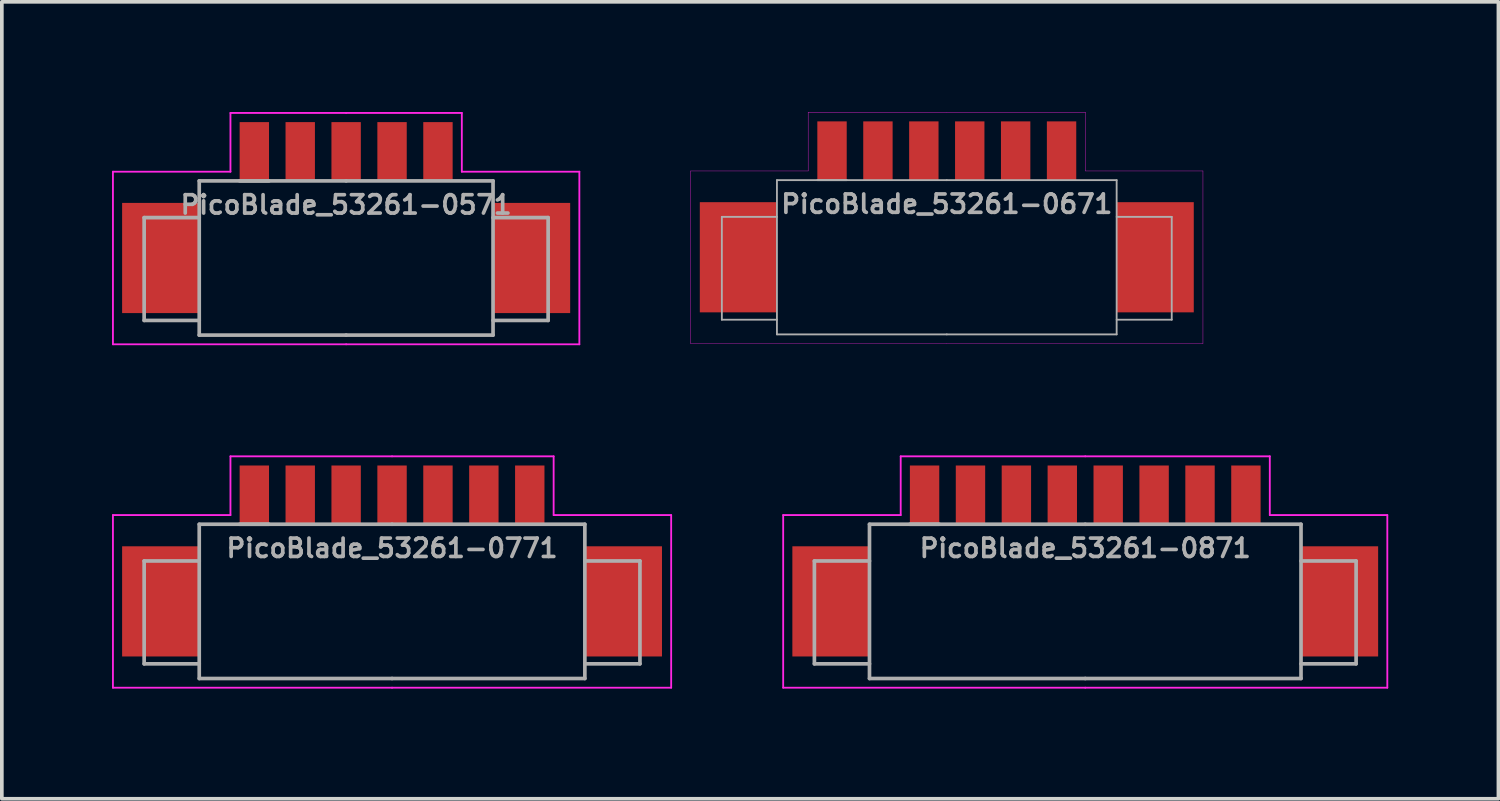
<source format=kicad_pcb>
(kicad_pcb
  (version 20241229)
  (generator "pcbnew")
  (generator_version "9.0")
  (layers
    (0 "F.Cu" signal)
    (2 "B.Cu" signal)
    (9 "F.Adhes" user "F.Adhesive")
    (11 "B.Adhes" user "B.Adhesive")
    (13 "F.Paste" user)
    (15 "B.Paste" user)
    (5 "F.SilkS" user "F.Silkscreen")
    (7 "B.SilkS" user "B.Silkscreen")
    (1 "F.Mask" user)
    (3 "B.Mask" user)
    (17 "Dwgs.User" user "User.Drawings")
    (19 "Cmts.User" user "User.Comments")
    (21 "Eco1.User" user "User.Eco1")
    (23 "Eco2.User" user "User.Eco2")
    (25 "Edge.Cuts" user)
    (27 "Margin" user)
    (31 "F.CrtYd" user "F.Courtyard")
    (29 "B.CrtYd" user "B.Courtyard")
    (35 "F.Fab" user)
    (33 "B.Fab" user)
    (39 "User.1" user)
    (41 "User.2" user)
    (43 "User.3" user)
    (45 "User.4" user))
  (footprint "PicoBlade_53261-0671"
    (layer "F.Cu")
    (at 22.73 2.505)
    (property "Reference" "PicoBlade_53261-0671" (at 0 0 0) (layer "F.Fab") (effects (font (size 0.5 0.5) (thickness 0.1))))
    (attr smd)
    (fp_line (start -6.975 -0.9) (end -6.975 3.8) (stroke (width 0.01) (type solid)) (layer "F.CrtYd"))
    (fp_line (start -6.975 3.8) (end 0 3.8) (stroke (width 0.01) (type solid)) (layer "F.CrtYd"))
    (fp_line (start -3.775 -2.5) (end -3.775 -0.9) (stroke (width 0.01) (type solid)) (layer "F.CrtYd"))
    (fp_line (start -3.775 -0.9) (end -6.975 -0.9) (stroke (width 0.01) (type solid)) (layer "F.CrtYd"))
    (fp_line (start 0 -2.5) (end -3.775 -2.5) (stroke (width 0.01) (type solid)) (layer "F.CrtYd"))
    (fp_line (start 0 -2.5) (end 3.775 -2.5) (stroke (width 0.01) (type solid)) (layer "F.CrtYd"))
    (fp_line (start 3.775 -2.5) (end 3.775 -0.9) (stroke (width 0.01) (type solid)) (layer "F.CrtYd"))
    (fp_line (start 3.775 -0.9) (end 6.975 -0.9) (stroke (width 0.01) (type solid)) (layer "F.CrtYd"))
    (fp_line (start 6.975 -0.9) (end 6.975 3.8) (stroke (width 0.01) (type solid)) (layer "F.CrtYd"))
    (fp_line (start 6.975 3.8) (end 0 3.8) (stroke (width 0.01) (type solid)) (layer "F.CrtYd"))
    (fp_line (start -6.125 0.35) (end -6.125 3.15) (stroke (width 0.05) (type solid)) (layer "F.Fab"))
    (fp_line (start -6.125 3.15) (end -4.625 3.15) (stroke (width 0.05) (type solid)) (layer "F.Fab"))
    (fp_line (start -4.625 -0.65) (end 0 -0.65) (stroke (width 0.05) (type solid)) (layer "F.Fab"))
    (fp_line (start -4.625 0.35) (end -6.125 0.35) (stroke (width 0.05) (type solid)) (layer "F.Fab"))
    (fp_line (start -4.625 3.55) (end -4.625 -0.65) (stroke (width 0.05) (type solid)) (layer "F.Fab"))
    (fp_line (start -2.725 -0.65) (end -3.525 -0.65) (stroke (width 0.05) (type solid)) (layer "F.Fab"))
    (fp_line (start 0 -0.65) (end 4.625 -0.65) (stroke (width 0.05) (type solid)) (layer "F.Fab"))
    (fp_line (start 0 3.55) (end -4.625 3.55) (stroke (width 0.05) (type solid)) (layer "F.Fab"))
    (fp_line (start 4.625 -0.65) (end 4.625 3.55) (stroke (width 0.05) (type solid)) (layer "F.Fab"))
    (fp_line (start 4.625 0.35) (end 6.125 0.35) (stroke (width 0.05) (type solid)) (layer "F.Fab"))
    (fp_line (start 4.625 3.55) (end 0 3.55) (stroke (width 0.05) (type solid)) (layer "F.Fab"))
    (fp_line (start 6.125 0.35) (end 6.125 3.15) (stroke (width 0.05) (type solid)) (layer "F.Fab"))
    (fp_line (start 6.125 3.15) (end 4.625 3.15) (stroke (width 0.05) (type solid)) (layer "F.Fab"))
    (pad "" smd rect (at -5.675 1.45) (size 2.1 3) (layers "F.Cu" "F.Mask" "F.Paste"))
    (pad "" smd rect (at 5.675 1.45) (size 2.1 3) (layers "F.Cu" "F.Mask" "F.Paste"))
    (pad "1" smd rect (at -3.125 -1.45) (size 0.8 1.6) (layers "F.Cu" "F.Mask" "F.Paste"))
    (pad "2" smd rect (at -1.875 -1.45) (size 0.8 1.6) (layers "F.Cu" "F.Mask" "F.Paste"))
    (pad "3" smd rect (at -0.625 -1.45) (size 0.8 1.6) (layers "F.Cu" "F.Mask" "F.Paste"))
    (pad "4" smd rect (at 0.625 -1.45) (size 0.8 1.6) (layers "F.Cu" "F.Mask" "F.Paste"))
    (pad "5" smd rect (at 1.875 -1.45) (size 0.8 1.6) (layers "F.Cu" "F.Mask" "F.Paste"))
    (pad "6" smd rect (at 3.125 -1.45) (size 0.8 1.6) (layers "F.Cu" "F.Mask" "F.Paste")))
  (footprint "PicoBlade_53261-0571"
    (layer "F.Cu")
    (at 6.375 2.525)
    (property "Reference" "PicoBlade_53261-0571" (at 0 0 0) (layer "F.Fab") (effects (font (size 0.5 0.5) (thickness 0.1))))
    (attr smd)
    (fp_line (start -6.35 -0.9) (end -6.35 3.8) (stroke (width 0.05) (type solid)) (layer "F.CrtYd"))
    (fp_line (start -6.35 3.8) (end 0 3.8) (stroke (width 0.05) (type solid)) (layer "F.CrtYd"))
    (fp_line (start -3.15 -2.5) (end -3.15 -0.9) (stroke (width 0.05) (type solid)) (layer "F.CrtYd"))
    (fp_line (start -3.15 -0.9) (end -6.35 -0.9) (stroke (width 0.05) (type solid)) (layer "F.CrtYd"))
    (fp_line (start 0 -2.5) (end -3.15 -2.5) (stroke (width 0.05) (type solid)) (layer "F.CrtYd"))
    (fp_line (start 0 -2.5) (end 3.15 -2.5) (stroke (width 0.05) (type solid)) (layer "F.CrtYd"))
    (fp_line (start 3.15 -2.5) (end 3.15 -0.9) (stroke (width 0.05) (type solid)) (layer "F.CrtYd"))
    (fp_line (start 3.15 -0.9) (end 6.35 -0.9) (stroke (width 0.05) (type solid)) (layer "F.CrtYd"))
    (fp_line (start 6.35 -0.9) (end 6.35 3.8) (stroke (width 0.05) (type solid)) (layer "F.CrtYd"))
    (fp_line (start 6.35 3.8) (end 0 3.8) (stroke (width 0.05) (type solid)) (layer "F.CrtYd"))
    (fp_line (start -5.5 0.35) (end -5.5 3.15) (stroke (width 0.1) (type solid)) (layer "F.Fab"))
    (fp_line (start -5.5 3.15) (end -4 3.15) (stroke (width 0.1) (type solid)) (layer "F.Fab"))
    (fp_line (start -4 -0.65) (end 0 -0.65) (stroke (width 0.1) (type solid)) (layer "F.Fab"))
    (fp_line (start -4 0.35) (end -5.5 0.35) (stroke (width 0.1) (type solid)) (layer "F.Fab"))
    (fp_line (start -4 3.55) (end -4 -0.65) (stroke (width 0.1) (type solid)) (layer "F.Fab"))
    (fp_line (start -2.1 -0.65) (end -2.9 -0.65) (stroke (width 0.1) (type solid)) (layer "F.Fab"))
    (fp_line (start 0 -0.65) (end 4 -0.65) (stroke (width 0.1) (type solid)) (layer "F.Fab"))
    (fp_line (start 0 3.55) (end -4 3.55) (stroke (width 0.1) (type solid)) (layer "F.Fab"))
    (fp_line (start 4 -0.65) (end 4 3.55) (stroke (width 0.1) (type solid)) (layer "F.Fab"))
    (fp_line (start 4 0.35) (end 5.5 0.35) (stroke (width 0.1) (type solid)) (layer "F.Fab"))
    (fp_line (start 4 3.55) (end 0 3.55) (stroke (width 0.1) (type solid)) (layer "F.Fab"))
    (fp_line (start 5.5 0.35) (end 5.5 3.15) (stroke (width 0.1) (type solid)) (layer "F.Fab"))
    (fp_line (start 5.5 3.15) (end 4 3.15) (stroke (width 0.1) (type solid)) (layer "F.Fab"))
    (pad "" smd rect (at -5.05 1.45) (size 2.1 3) (layers "F.Cu" "F.Mask" "F.Paste"))
    (pad "" smd rect (at 5.05 1.45) (size 2.1 3) (layers "F.Cu" "F.Mask" "F.Paste"))
    (pad "1" smd rect (at -2.5 -1.45) (size 0.8 1.6) (layers "F.Cu" "F.Mask" "F.Paste"))
    (pad "2" smd rect (at -1.25 -1.45) (size 0.8 1.6) (layers "F.Cu" "F.Mask" "F.Paste"))
    (pad "3" smd rect (at 0 -1.45) (size 0.8 1.6) (layers "F.Cu" "F.Mask" "F.Paste"))
    (pad "4" smd rect (at 1.25 -1.45) (size 0.8 1.6) (layers "F.Cu" "F.Mask" "F.Paste"))
    (pad "5" smd rect (at 2.5 -1.45) (size 0.8 1.6) (layers "F.Cu" "F.Mask" "F.Paste")))
  (footprint "PicoBlade_53261-0871"
    (layer "F.Cu")
    (at 26.5 11.875)
    (property "Reference" "PicoBlade_53261-0871" (at 0 0 0) (layer "F.Fab") (effects (font (size 0.5 0.5) (thickness 0.1))))
    (attr smd)
    (fp_line (start -8.225 -0.9) (end -8.225 3.8) (stroke (width 0.05) (type solid)) (layer "F.CrtYd"))
    (fp_line (start -8.225 3.8) (end 0 3.8) (stroke (width 0.05) (type solid)) (layer "F.CrtYd"))
    (fp_line (start -5.025 -2.5) (end -5.025 -0.9) (stroke (width 0.05) (type solid)) (layer "F.CrtYd"))
    (fp_line (start -5.025 -0.9) (end -8.225 -0.9) (stroke (width 0.05) (type solid)) (layer "F.CrtYd"))
    (fp_line (start 0 -2.5) (end -5.025 -2.5) (stroke (width 0.05) (type solid)) (layer "F.CrtYd"))
    (fp_line (start 0 -2.5) (end 5.025 -2.5) (stroke (width 0.05) (type solid)) (layer "F.CrtYd"))
    (fp_line (start 5.025 -2.5) (end 5.025 -0.9) (stroke (width 0.05) (type solid)) (layer "F.CrtYd"))
    (fp_line (start 5.025 -0.9) (end 8.225 -0.9) (stroke (width 0.05) (type solid)) (layer "F.CrtYd"))
    (fp_line (start 8.225 -0.9) (end 8.225 3.8) (stroke (width 0.05) (type solid)) (layer "F.CrtYd"))
    (fp_line (start 8.225 3.8) (end 0 3.8) (stroke (width 0.05) (type solid)) (layer "F.CrtYd"))
    (fp_line (start -7.375 0.35) (end -7.375 3.15) (stroke (width 0.1) (type solid)) (layer "F.Fab"))
    (fp_line (start -7.375 3.15) (end -5.875 3.15) (stroke (width 0.1) (type solid)) (layer "F.Fab"))
    (fp_line (start -5.875 -0.65) (end 0 -0.65) (stroke (width 0.1) (type solid)) (layer "F.Fab"))
    (fp_line (start -5.875 0.35) (end -7.375 0.35) (stroke (width 0.1) (type solid)) (layer "F.Fab"))
    (fp_line (start -5.875 3.55) (end -5.875 -0.65) (stroke (width 0.1) (type solid)) (layer "F.Fab"))
    (fp_line (start -3.975 -0.65) (end -4.775 -0.65) (stroke (width 0.1) (type solid)) (layer "F.Fab"))
    (fp_line (start 0 -0.65) (end 5.875 -0.65) (stroke (width 0.1) (type solid)) (layer "F.Fab"))
    (fp_line (start 0 3.55) (end -5.875 3.55) (stroke (width 0.1) (type solid)) (layer "F.Fab"))
    (fp_line (start 5.875 -0.65) (end 5.875 3.55) (stroke (width 0.1) (type solid)) (layer "F.Fab"))
    (fp_line (start 5.875 0.35) (end 7.375 0.35) (stroke (width 0.1) (type solid)) (layer "F.Fab"))
    (fp_line (start 5.875 3.55) (end 0 3.55) (stroke (width 0.1) (type solid)) (layer "F.Fab"))
    (fp_line (start 7.375 0.35) (end 7.375 3.15) (stroke (width 0.1) (type solid)) (layer "F.Fab"))
    (fp_line (start 7.375 3.15) (end 5.875 3.15) (stroke (width 0.1) (type solid)) (layer "F.Fab"))
    (pad "" smd rect (at -6.925 1.45) (size 2.1 3) (layers "F.Cu" "F.Mask" "F.Paste"))
    (pad "" smd rect (at 6.925 1.45) (size 2.1 3) (layers "F.Cu" "F.Mask" "F.Paste"))
    (pad "1" smd rect (at -4.375 -1.45) (size 0.8 1.6) (layers "F.Cu" "F.Mask" "F.Paste"))
    (pad "2" smd rect (at -3.125 -1.45) (size 0.8 1.6) (layers "F.Cu" "F.Mask" "F.Paste"))
    (pad "3" smd rect (at -1.875 -1.45) (size 0.8 1.6) (layers "F.Cu" "F.Mask" "F.Paste"))
    (pad "4" smd rect (at -0.625 -1.45) (size 0.8 1.6) (layers "F.Cu" "F.Mask" "F.Paste"))
    (pad "5" smd rect (at 0.625 -1.45) (size 0.8 1.6) (layers "F.Cu" "F.Mask" "F.Paste"))
    (pad "6" smd rect (at 1.875 -1.45) (size 0.8 1.6) (layers "F.Cu" "F.Mask" "F.Paste"))
    (pad "7" smd rect (at 3.125 -1.45) (size 0.8 1.6) (layers "F.Cu" "F.Mask" "F.Paste"))
    (pad "8" smd rect (at 4.375 -1.45) (size 0.8 1.6) (layers "F.Cu" "F.Mask" "F.Paste")))
  (footprint "PicoBlade_53261-0771"
    (layer "F.Cu")
    (at 7.625 11.875)
    (property "Reference" "PicoBlade_53261-0771" (at 0 0 0) (layer "F.Fab") (effects (font (size 0.5 0.5) (thickness 0.1))))
    (attr smd)
    (fp_line (start -7.6 -0.9) (end -7.6 3.8) (stroke (width 0.05) (type solid)) (layer "F.CrtYd"))
    (fp_line (start -7.6 3.8) (end 0 3.8) (stroke (width 0.05) (type solid)) (layer "F.CrtYd"))
    (fp_line (start -4.4 -2.5) (end -4.4 -0.9) (stroke (width 0.05) (type solid)) (layer "F.CrtYd"))
    (fp_line (start -4.4 -0.9) (end -7.6 -0.9) (stroke (width 0.05) (type solid)) (layer "F.CrtYd"))
    (fp_line (start 0 -2.5) (end -4.4 -2.5) (stroke (width 0.05) (type solid)) (layer "F.CrtYd"))
    (fp_line (start 0 -2.5) (end 4.4 -2.5) (stroke (width 0.05) (type solid)) (layer "F.CrtYd"))
    (fp_line (start 4.4 -2.5) (end 4.4 -0.9) (stroke (width 0.05) (type solid)) (layer "F.CrtYd"))
    (fp_line (start 4.4 -0.9) (end 7.6 -0.9) (stroke (width 0.05) (type solid)) (layer "F.CrtYd"))
    (fp_line (start 7.6 -0.9) (end 7.6 3.8) (stroke (width 0.05) (type solid)) (layer "F.CrtYd"))
    (fp_line (start 7.6 3.8) (end 0 3.8) (stroke (width 0.05) (type solid)) (layer "F.CrtYd"))
    (fp_line (start -6.75 0.35) (end -6.75 3.15) (stroke (width 0.1) (type solid)) (layer "F.Fab"))
    (fp_line (start -6.75 3.15) (end -5.25 3.15) (stroke (width 0.1) (type solid)) (layer "F.Fab"))
    (fp_line (start -5.25 -0.65) (end 0 -0.65) (stroke (width 0.1) (type solid)) (layer "F.Fab"))
    (fp_line (start -5.25 0.35) (end -6.75 0.35) (stroke (width 0.1) (type solid)) (layer "F.Fab"))
    (fp_line (start -5.25 3.55) (end -5.25 -0.65) (stroke (width 0.1) (type solid)) (layer "F.Fab"))
    (fp_line (start -3.35 -0.65) (end -4.15 -0.65) (stroke (width 0.1) (type solid)) (layer "F.Fab"))
    (fp_line (start 0 -0.65) (end 5.25 -0.65) (stroke (width 0.1) (type solid)) (layer "F.Fab"))
    (fp_line (start 0 3.55) (end -5.25 3.55) (stroke (width 0.1) (type solid)) (layer "F.Fab"))
    (fp_line (start 5.25 -0.65) (end 5.25 3.55) (stroke (width 0.1) (type solid)) (layer "F.Fab"))
    (fp_line (start 5.25 0.35) (end 6.75 0.35) (stroke (width 0.1) (type solid)) (layer "F.Fab"))
    (fp_line (start 5.25 3.55) (end 0 3.55) (stroke (width 0.1) (type solid)) (layer "F.Fab"))
    (fp_line (start 6.75 0.35) (end 6.75 3.15) (stroke (width 0.1) (type solid)) (layer "F.Fab"))
    (fp_line (start 6.75 3.15) (end 5.25 3.15) (stroke (width 0.1) (type solid)) (layer "F.Fab"))
    (pad "" smd rect (at -6.3 1.45) (size 2.1 3) (layers "F.Cu" "F.Mask" "F.Paste"))
    (pad "" smd rect (at 6.3 1.45) (size 2.1 3) (layers "F.Cu" "F.Mask" "F.Paste"))
    (pad "1" smd rect (at -3.75 -1.45) (size 0.8 1.6) (layers "F.Cu" "F.Mask" "F.Paste"))
    (pad "2" smd rect (at -2.5 -1.45) (size 0.8 1.6) (layers "F.Cu" "F.Mask" "F.Paste"))
    (pad "3" smd rect (at -1.25 -1.45) (size 0.8 1.6) (layers "F.Cu" "F.Mask" "F.Paste"))
    (pad "4" smd rect (at 0 -1.45) (size 0.8 1.6) (layers "F.Cu" "F.Mask" "F.Paste"))
    (pad "5" smd rect (at 1.25 -1.45) (size 0.8 1.6) (layers "F.Cu" "F.Mask" "F.Paste"))
    (pad "6" smd rect (at 2.5 -1.45) (size 0.8 1.6) (layers "F.Cu" "F.Mask" "F.Paste"))
    (pad "7" smd rect (at 3.75 -1.45) (size 0.8 1.6) (layers "F.Cu" "F.Mask" "F.Paste")))
  (gr_rect
    (start -3 -3)
    (end 37.75 18.7)
    (stroke (width 0.1) (type default))
    (fill no)
    (layer "Edge.Cuts")))
</source>
